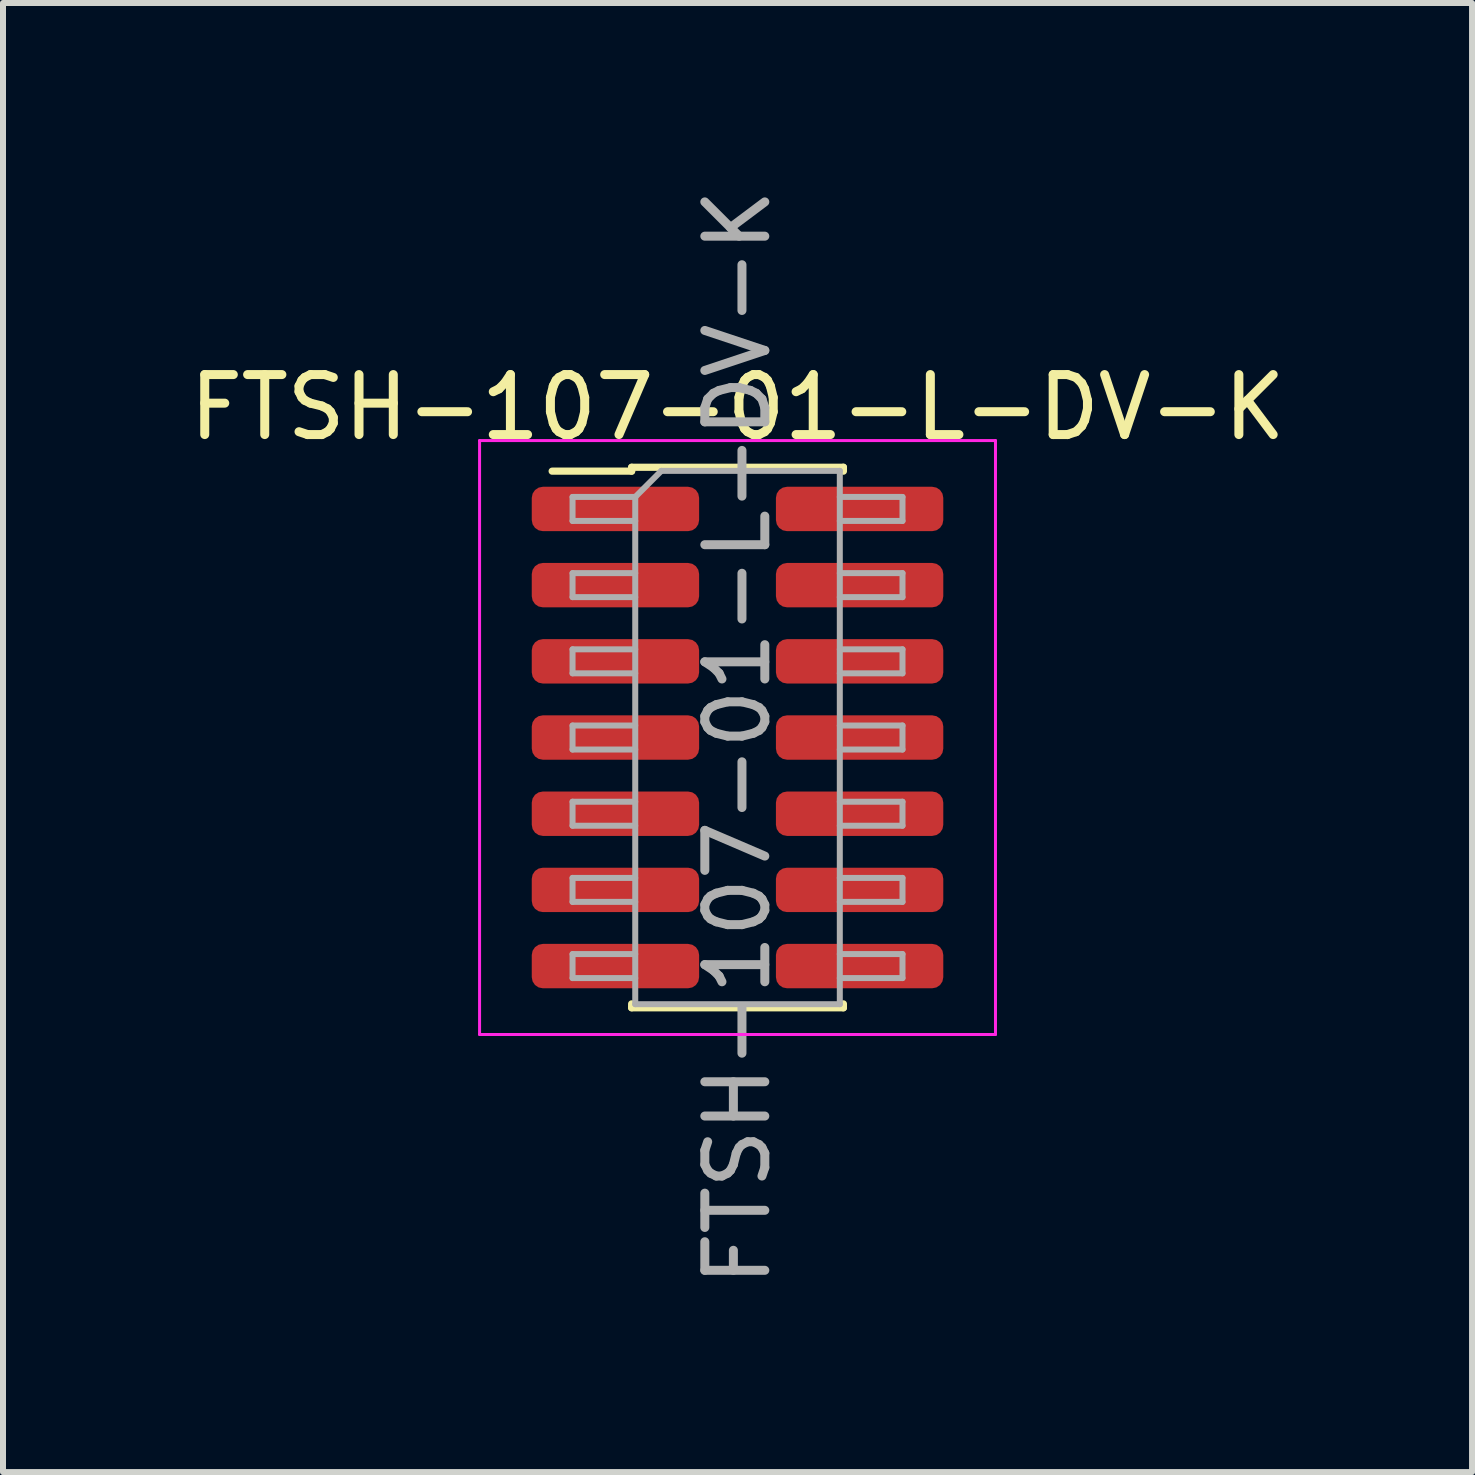
<source format=kicad_pcb>
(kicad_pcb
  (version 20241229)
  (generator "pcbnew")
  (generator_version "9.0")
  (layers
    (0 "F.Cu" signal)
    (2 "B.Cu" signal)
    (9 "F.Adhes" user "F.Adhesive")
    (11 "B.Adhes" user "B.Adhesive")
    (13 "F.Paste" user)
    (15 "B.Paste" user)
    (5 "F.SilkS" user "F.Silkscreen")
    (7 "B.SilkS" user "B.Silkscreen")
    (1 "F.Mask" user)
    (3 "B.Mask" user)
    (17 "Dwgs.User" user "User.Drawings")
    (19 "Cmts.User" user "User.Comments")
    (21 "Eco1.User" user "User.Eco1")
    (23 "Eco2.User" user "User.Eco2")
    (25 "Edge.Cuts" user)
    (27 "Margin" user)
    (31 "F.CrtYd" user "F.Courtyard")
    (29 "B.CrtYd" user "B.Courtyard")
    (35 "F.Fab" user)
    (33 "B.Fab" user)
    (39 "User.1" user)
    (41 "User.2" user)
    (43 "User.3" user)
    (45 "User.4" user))
  (footprint "FTSH-107-01-L-DV-K"
    (layer "F.Cu")
    (at 9.244 9.244)
    (property "Reference" "FTSH-107-01-L-DV-K" (at 0 -5.505 0) (layer "F.SilkS") (effects (font (size 1 1) (thickness 0.15))))
    (attr smd)
    (fp_line (start -3.09 -4.44) (end -1.765 -4.44) (stroke (width 0.12) (type solid)) (layer "F.SilkS"))
    (fp_line (start -1.765 -4.505) (end -1.765 -4.44) (stroke (width 0.12) (type solid)) (layer "F.SilkS"))
    (fp_line (start -1.765 -4.505) (end 1.765 -4.505) (stroke (width 0.12) (type solid)) (layer "F.SilkS"))
    (fp_line (start -1.765 4.44) (end -1.765 4.505) (stroke (width 0.12) (type solid)) (layer "F.SilkS"))
    (fp_line (start -1.765 4.505) (end 1.765 4.505) (stroke (width 0.12) (type solid)) (layer "F.SilkS"))
    (fp_line (start 1.765 -4.505) (end 1.765 -4.44) (stroke (width 0.12) (type solid)) (layer "F.SilkS"))
    (fp_line (start 1.765 4.44) (end 1.765 4.505) (stroke (width 0.12) (type solid)) (layer "F.SilkS"))
    (fp_line (start -4.3 -4.95) (end -4.3 4.95) (stroke (width 0.05) (type solid)) (layer "F.CrtYd"))
    (fp_line (start -4.3 4.95) (end 4.3 4.95) (stroke (width 0.05) (type solid)) (layer "F.CrtYd"))
    (fp_line (start 4.3 -4.95) (end -4.3 -4.95) (stroke (width 0.05) (type solid)) (layer "F.CrtYd"))
    (fp_line (start 4.3 4.95) (end 4.3 -4.95) (stroke (width 0.05) (type solid)) (layer "F.CrtYd"))
    (fp_line (start -2.75 -4.01) (end -2.75 -3.61) (stroke (width 0.1) (type solid)) (layer "F.Fab"))
    (fp_line (start -2.75 -3.61) (end -1.705 -3.61) (stroke (width 0.1) (type solid)) (layer "F.Fab"))
    (fp_line (start -2.75 -2.74) (end -2.75 -2.34) (stroke (width 0.1) (type solid)) (layer "F.Fab"))
    (fp_line (start -2.75 -2.34) (end -1.705 -2.34) (stroke (width 0.1) (type solid)) (layer "F.Fab"))
    (fp_line (start -2.75 -1.47) (end -2.75 -1.07) (stroke (width 0.1) (type solid)) (layer "F.Fab"))
    (fp_line (start -2.75 -1.07) (end -1.705 -1.07) (stroke (width 0.1) (type solid)) (layer "F.Fab"))
    (fp_line (start -2.75 -0.2) (end -2.75 0.2) (stroke (width 0.1) (type solid)) (layer "F.Fab"))
    (fp_line (start -2.75 0.2) (end -1.705 0.2) (stroke (width 0.1) (type solid)) (layer "F.Fab"))
    (fp_line (start -2.75 1.07) (end -2.75 1.47) (stroke (width 0.1) (type solid)) (layer "F.Fab"))
    (fp_line (start -2.75 1.47) (end -1.705 1.47) (stroke (width 0.1) (type solid)) (layer "F.Fab"))
    (fp_line (start -2.75 2.34) (end -2.75 2.74) (stroke (width 0.1) (type solid)) (layer "F.Fab"))
    (fp_line (start -2.75 2.74) (end -1.705 2.74) (stroke (width 0.1) (type solid)) (layer "F.Fab"))
    (fp_line (start -2.75 3.61) (end -2.75 4.01) (stroke (width 0.1) (type solid)) (layer "F.Fab"))
    (fp_line (start -2.75 4.01) (end -1.705 4.01) (stroke (width 0.1) (type solid)) (layer "F.Fab"))
    (fp_line (start -1.705 -4.01) (end -2.75 -4.01) (stroke (width 0.1) (type solid)) (layer "F.Fab"))
    (fp_line (start -1.705 -4.01) (end -1.27 -4.445) (stroke (width 0.1) (type solid)) (layer "F.Fab"))
    (fp_line (start -1.705 -2.74) (end -2.75 -2.74) (stroke (width 0.1) (type solid)) (layer "F.Fab"))
    (fp_line (start -1.705 -1.47) (end -2.75 -1.47) (stroke (width 0.1) (type solid)) (layer "F.Fab"))
    (fp_line (start -1.705 -0.2) (end -2.75 -0.2) (stroke (width 0.1) (type solid)) (layer "F.Fab"))
    (fp_line (start -1.705 1.07) (end -2.75 1.07) (stroke (width 0.1) (type solid)) (layer "F.Fab"))
    (fp_line (start -1.705 2.34) (end -2.75 2.34) (stroke (width 0.1) (type solid)) (layer "F.Fab"))
    (fp_line (start -1.705 3.61) (end -2.75 3.61) (stroke (width 0.1) (type solid)) (layer "F.Fab"))
    (fp_line (start -1.705 4.445) (end -1.705 -4.01) (stroke (width 0.1) (type solid)) (layer "F.Fab"))
    (fp_line (start -1.27 -4.445) (end 1.705 -4.445) (stroke (width 0.1) (type solid)) (layer "F.Fab"))
    (fp_line (start 1.705 -4.445) (end 1.705 4.445) (stroke (width 0.1) (type solid)) (layer "F.Fab"))
    (fp_line (start 1.705 -4.01) (end 2.75 -4.01) (stroke (width 0.1) (type solid)) (layer "F.Fab"))
    (fp_line (start 1.705 -2.74) (end 2.75 -2.74) (stroke (width 0.1) (type solid)) (layer "F.Fab"))
    (fp_line (start 1.705 -1.47) (end 2.75 -1.47) (stroke (width 0.1) (type solid)) (layer "F.Fab"))
    (fp_line (start 1.705 -0.2) (end 2.75 -0.2) (stroke (width 0.1) (type solid)) (layer "F.Fab"))
    (fp_line (start 1.705 1.07) (end 2.75 1.07) (stroke (width 0.1) (type solid)) (layer "F.Fab"))
    (fp_line (start 1.705 2.34) (end 2.75 2.34) (stroke (width 0.1) (type solid)) (layer "F.Fab"))
    (fp_line (start 1.705 3.61) (end 2.75 3.61) (stroke (width 0.1) (type solid)) (layer "F.Fab"))
    (fp_line (start 1.705 4.445) (end -1.705 4.445) (stroke (width 0.1) (type solid)) (layer "F.Fab"))
    (fp_line (start 2.75 -4.01) (end 2.75 -3.61) (stroke (width 0.1) (type solid)) (layer "F.Fab"))
    (fp_line (start 2.75 -3.61) (end 1.705 -3.61) (stroke (width 0.1) (type solid)) (layer "F.Fab"))
    (fp_line (start 2.75 -2.74) (end 2.75 -2.34) (stroke (width 0.1) (type solid)) (layer "F.Fab"))
    (fp_line (start 2.75 -2.34) (end 1.705 -2.34) (stroke (width 0.1) (type solid)) (layer "F.Fab"))
    (fp_line (start 2.75 -1.47) (end 2.75 -1.07) (stroke (width 0.1) (type solid)) (layer "F.Fab"))
    (fp_line (start 2.75 -1.07) (end 1.705 -1.07) (stroke (width 0.1) (type solid)) (layer "F.Fab"))
    (fp_line (start 2.75 -0.2) (end 2.75 0.2) (stroke (width 0.1) (type solid)) (layer "F.Fab"))
    (fp_line (start 2.75 0.2) (end 1.705 0.2) (stroke (width 0.1) (type solid)) (layer "F.Fab"))
    (fp_line (start 2.75 1.07) (end 2.75 1.47) (stroke (width 0.1) (type solid)) (layer "F.Fab"))
    (fp_line (start 2.75 1.47) (end 1.705 1.47) (stroke (width 0.1) (type solid)) (layer "F.Fab"))
    (fp_line (start 2.75 2.34) (end 2.75 2.74) (stroke (width 0.1) (type solid)) (layer "F.Fab"))
    (fp_line (start 2.75 2.74) (end 1.705 2.74) (stroke (width 0.1) (type solid)) (layer "F.Fab"))
    (fp_line (start 2.75 3.61) (end 2.75 4.01) (stroke (width 0.1) (type solid)) (layer "F.Fab"))
    (fp_line (start 2.75 4.01) (end 1.705 4.01) (stroke (width 0.1) (type solid)) (layer "F.Fab"))
    (fp_text user "${REFERENCE}" (at 0 0 90) (layer "F.Fab") (effects (font (size 1 1) (thickness 0.15))))
    (pad "1" smd roundrect (at -2.035 -3.81) (size 2.79 0.74) (layers "F.Cu" "F.Mask" "F.Paste") (roundrect_rratio 0.25))
    (pad "2" smd roundrect (at 2.035 -3.81) (size 2.79 0.74) (layers "F.Cu" "F.Mask" "F.Paste") (roundrect_rratio 0.25))
    (pad "3" smd roundrect (at -2.035 -2.54) (size 2.79 0.74) (layers "F.Cu" "F.Mask" "F.Paste") (roundrect_rratio 0.25))
    (pad "4" smd roundrect (at 2.035 -2.54) (size 2.79 0.74) (layers "F.Cu" "F.Mask" "F.Paste") (roundrect_rratio 0.25))
    (pad "5" smd roundrect (at -2.035 -1.27) (size 2.79 0.74) (layers "F.Cu" "F.Mask" "F.Paste") (roundrect_rratio 0.25))
    (pad "6" smd roundrect (at 2.035 -1.27) (size 2.79 0.74) (layers "F.Cu" "F.Mask" "F.Paste") (roundrect_rratio 0.25))
    (pad "7" smd roundrect (at -2.035 0) (size 2.79 0.74) (layers "F.Cu" "F.Mask" "F.Paste") (roundrect_rratio 0.25))
    (pad "8" smd roundrect (at 2.035 0) (size 2.79 0.74) (layers "F.Cu" "F.Mask" "F.Paste") (roundrect_rratio 0.25))
    (pad "9" smd roundrect (at -2.035 1.27) (size 2.79 0.74) (layers "F.Cu" "F.Mask" "F.Paste") (roundrect_rratio 0.25))
    (pad "10" smd roundrect (at 2.035 1.27) (size 2.79 0.74) (layers "F.Cu" "F.Mask" "F.Paste") (roundrect_rratio 0.25))
    (pad "11" smd roundrect (at -2.035 2.54) (size 2.79 0.74) (layers "F.Cu" "F.Mask" "F.Paste") (roundrect_rratio 0.25))
    (pad "12" smd roundrect (at 2.035 2.54) (size 2.79 0.74) (layers "F.Cu" "F.Mask" "F.Paste") (roundrect_rratio 0.25))
    (pad "13" smd roundrect (at -2.035 3.81) (size 2.79 0.74) (layers "F.Cu" "F.Mask" "F.Paste") (roundrect_rratio 0.25))
    (pad "14" smd roundrect (at 2.035 3.81) (size 2.79 0.74) (layers "F.Cu" "F.Mask" "F.Paste") (roundrect_rratio 0.25)))
  (gr_rect
    (start -3 -3)
    (end 21.488 21.488)
    (stroke (width 0.1) (type default))
    (fill no)
    (layer "Edge.Cuts")))
</source>
